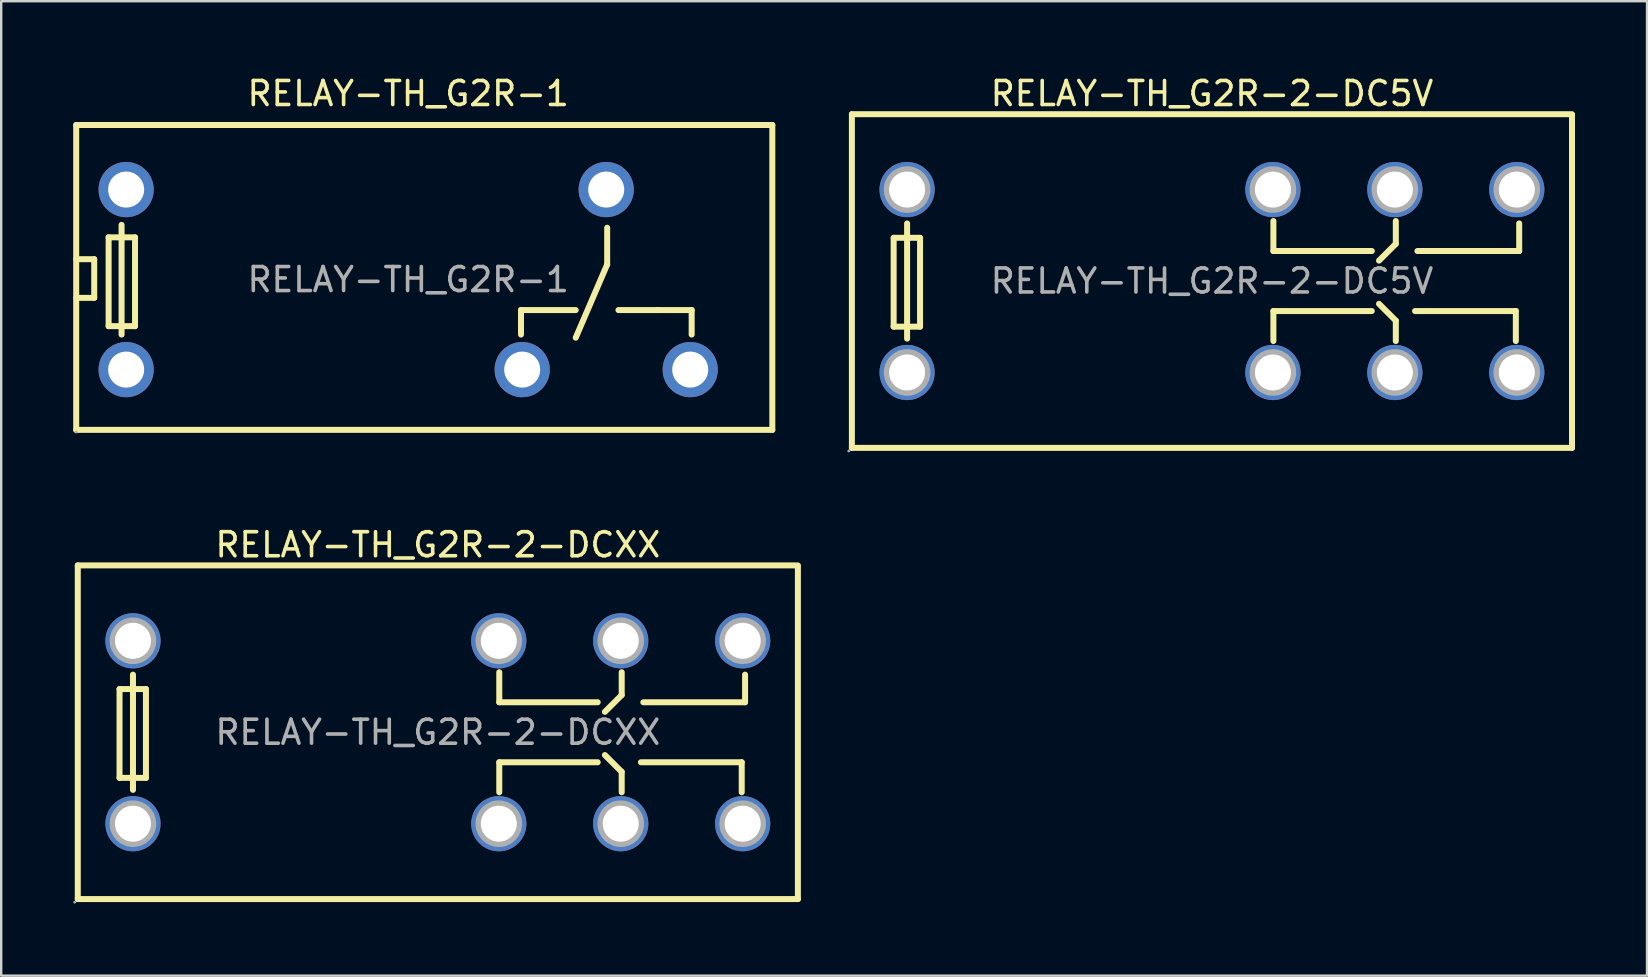
<source format=kicad_pcb>
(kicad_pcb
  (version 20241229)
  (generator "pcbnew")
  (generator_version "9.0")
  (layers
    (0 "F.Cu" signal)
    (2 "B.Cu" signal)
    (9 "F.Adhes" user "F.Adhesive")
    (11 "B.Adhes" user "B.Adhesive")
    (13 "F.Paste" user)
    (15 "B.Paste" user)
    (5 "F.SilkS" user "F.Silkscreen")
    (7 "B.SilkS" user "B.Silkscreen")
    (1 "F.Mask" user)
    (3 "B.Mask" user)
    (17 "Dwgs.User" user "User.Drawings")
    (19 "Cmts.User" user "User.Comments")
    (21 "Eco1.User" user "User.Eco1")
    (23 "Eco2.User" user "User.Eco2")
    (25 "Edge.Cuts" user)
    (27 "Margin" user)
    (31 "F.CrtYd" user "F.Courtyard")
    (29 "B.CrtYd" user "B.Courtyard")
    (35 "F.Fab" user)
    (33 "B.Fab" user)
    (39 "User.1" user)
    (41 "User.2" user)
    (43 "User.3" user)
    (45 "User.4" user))
  (footprint "RELAY-TH_G2R-1"
    (layer "F.Cu")
    (at 13.955 8.598)
    (property "Reference" "RELAY-TH_G2R-1" (at 0 -7.75 0) (layer "F.SilkS") (effects (font (size 1 1) (thickness 0.15))))
    (attr through_hole)
    (fp_line (start -13.83 -6.44) (end -13.83 6.26) (stroke (width 0.25) (type solid)) (layer "F.SilkS"))
    (fp_line (start -13.83 -6.44) (end -13.36 -6.44) (stroke (width 0.25) (type solid)) (layer "F.SilkS"))
    (fp_line (start -13.83 -0.85) (end -13.08 -0.85) (stroke (width 0.25) (type solid)) (layer "F.SilkS"))
    (fp_line (start -13.36 -6.44) (end -8.72 -6.44) (stroke (width 0.25) (type solid)) (layer "F.SilkS"))
    (fp_line (start -13.08 -0.85) (end -13.08 0.76) (stroke (width 0.25) (type solid)) (layer "F.SilkS"))
    (fp_line (start -13.08 0.76) (end -13.83 0.76) (stroke (width 0.25) (type solid)) (layer "F.SilkS"))
    (fp_line (start -12.48 -1.76) (end -11.38 -1.76) (stroke (width 0.25) (type solid)) (layer "F.SilkS"))
    (fp_line (start -12.48 1.94) (end -12.48 -1.76) (stroke (width 0.25) (type solid)) (layer "F.SilkS"))
    (fp_line (start -11.94 -2.28) (end -11.94 2.29) (stroke (width 0.25) (type solid)) (layer "F.SilkS"))
    (fp_line (start -11.38 -1.76) (end -11.38 1.94) (stroke (width 0.25) (type solid)) (layer "F.SilkS"))
    (fp_line (start -11.38 1.94) (end -12.48 1.94) (stroke (width 0.25) (type solid)) (layer "F.SilkS"))
    (fp_line (start -8.72 -6.44) (end 15.17 -6.44) (stroke (width 0.25) (type solid)) (layer "F.SilkS"))
    (fp_line (start 4.7 1.27) (end 6.98 1.27) (stroke (width 0.25) (type solid)) (layer "F.SilkS"))
    (fp_line (start 4.7 2.29) (end 4.7 1.27) (stroke (width 0.25) (type solid)) (layer "F.SilkS"))
    (fp_line (start 8.29 -2.16) (end 8.29 -0.63) (stroke (width 0.25) (type solid)) (layer "F.SilkS"))
    (fp_line (start 8.29 -0.63) (end 6.98 2.42) (stroke (width 0.25) (type solid)) (layer "F.SilkS"))
    (fp_line (start 10.41 1.27) (end 8.76 1.27) (stroke (width 0.25) (type solid)) (layer "F.SilkS"))
    (fp_line (start 11.81 1.27) (end 10.41 1.27) (stroke (width 0.25) (type solid)) (layer "F.SilkS"))
    (fp_line (start 11.81 2.29) (end 11.81 1.27) (stroke (width 0.25) (type solid)) (layer "F.SilkS"))
    (fp_line (start 15.17 6.26) (end -13.83 6.26) (stroke (width 0.25) (type solid)) (layer "F.SilkS"))
    (fp_line (start 15.17 6.26) (end 15.17 -6.44) (stroke (width 0.25) (type solid)) (layer "F.SilkS"))
    (fp_circle (center -13.83 6.35) (end -13.8 6.35) (stroke (width 0.06) (type solid)) (fill no) (layer "F.Fab"))
    (fp_text user "${REFERENCE}" (at 0 0 0) (layer "F.Fab") (effects (font (size 1 1) (thickness 0.15))))
    (pad "1" thru_hole circle (at -11.75 3.75) (size 2.3 2.3) (drill 1.5) (layers "*.Cu" "*.Paste" "*.Mask"))
    (pad "2" thru_hole circle (at 4.75 3.75) (size 2.3 2.3) (drill 1.5) (layers "*.Cu" "*.Paste" "*.Mask"))
    (pad "3" thru_hole circle (at 11.75 3.75) (size 2.3 2.3) (drill 1.5) (layers "*.Cu" "*.Paste" "*.Mask"))
    (pad "4" thru_hole circle (at 8.25 -3.75) (size 2.3 2.3) (drill 1.5) (layers "*.Cu" "*.Paste" "*.Mask"))
    (pad "5" thru_hole circle (at -11.75 -3.75) (size 2.3 2.3) (drill 1.5) (layers "*.Cu" "*.Paste" "*.Mask")))
  (footprint "RELAY-TH_G2R-2-DC5V"
    (layer "F.Cu")
    (at 47.44 8.658)
    (property "Reference" "RELAY-TH_G2R-2-DC5V" (at 0 -7.81 0) (layer "F.SilkS") (effects (font (size 1 1) (thickness 0.15))))
    (attr through_hole)
    (fp_line (start -15 -6.95) (end -15 6.95) (stroke (width 0.25) (type solid)) (layer "F.SilkS"))
    (fp_line (start -15 6.95) (end 15 6.95) (stroke (width 0.25) (type solid)) (layer "F.SilkS"))
    (fp_line (start -13.26 -1.8) (end -12.16 -1.8) (stroke (width 0.25) (type solid)) (layer "F.SilkS"))
    (fp_line (start -13.26 1.9) (end -13.26 -1.8) (stroke (width 0.25) (type solid)) (layer "F.SilkS"))
    (fp_line (start -12.7 -2.4) (end -12.7 2.4) (stroke (width 0.25) (type solid)) (layer "F.SilkS"))
    (fp_line (start -12.16 -1.8) (end -12.16 1.9) (stroke (width 0.25) (type solid)) (layer "F.SilkS"))
    (fp_line (start -12.16 1.9) (end -13.26 1.9) (stroke (width 0.25) (type solid)) (layer "F.SilkS"))
    (fp_line (start 2.56 -2.5) (end 2.56 -1.25) (stroke (width 0.25) (type solid)) (layer "F.SilkS"))
    (fp_line (start 2.56 -1.25) (end 6.66 -1.25) (stroke (width 0.25) (type solid)) (layer "F.SilkS"))
    (fp_line (start 2.56 1.25) (end 6.66 1.25) (stroke (width 0.25) (type solid)) (layer "F.SilkS"))
    (fp_line (start 2.56 2.5) (end 2.56 1.25) (stroke (width 0.25) (type solid)) (layer "F.SilkS"))
    (fp_line (start 7.66 -2.5) (end 7.66 -1.55) (stroke (width 0.25) (type solid)) (layer "F.SilkS"))
    (fp_line (start 7.66 -1.55) (end 6.96 -0.85) (stroke (width 0.25) (type solid)) (layer "F.SilkS"))
    (fp_line (start 7.66 1.65) (end 6.96 0.95) (stroke (width 0.25) (type solid)) (layer "F.SilkS"))
    (fp_line (start 7.66 2.5) (end 7.66 1.65) (stroke (width 0.25) (type solid)) (layer "F.SilkS"))
    (fp_line (start 12.66 1.25) (end 8.46 1.25) (stroke (width 0.25) (type solid)) (layer "F.SilkS"))
    (fp_line (start 12.66 2.5) (end 12.66 1.25) (stroke (width 0.25) (type solid)) (layer "F.SilkS"))
    (fp_line (start 12.8 -2.4) (end 12.8 -1.25) (stroke (width 0.25) (type solid)) (layer "F.SilkS"))
    (fp_line (start 12.8 -1.25) (end 8.56 -1.25) (stroke (width 0.25) (type solid)) (layer "F.SilkS"))
    (fp_line (start 15 -6.95) (end -15 -6.95) (stroke (width 0.25) (type solid)) (layer "F.SilkS"))
    (fp_line (start 15 6.95) (end 15 -6.9) (stroke (width 0.25) (type solid)) (layer "F.SilkS"))
    (fp_circle (center -15.13 7.08) (end -15.1 7.08) (stroke (width 0.06) (type solid)) (fill no) (layer "F.Fab"))
    (fp_circle (center -12.7 -3.81) (end -12.38 -3.81) (stroke (width 0.65) (type solid)) (fill no) (layer "F.Fab"))
    (fp_circle (center -12.7 3.81) (end -12.38 3.81) (stroke (width 0.65) (type solid)) (fill no) (layer "F.Fab"))
    (fp_circle (center 2.54 -3.81) (end 2.86 -3.81) (stroke (width 0.65) (type solid)) (fill no) (layer "F.Fab"))
    (fp_circle (center 2.54 3.81) (end 2.86 3.81) (stroke (width 0.65) (type solid)) (fill no) (layer "F.Fab"))
    (fp_circle (center 7.62 -3.81) (end 7.94 -3.81) (stroke (width 0.65) (type solid)) (fill no) (layer "F.Fab"))
    (fp_circle (center 7.62 3.81) (end 7.94 3.81) (stroke (width 0.65) (type solid)) (fill no) (layer "F.Fab"))
    (fp_circle (center 12.7 -3.81) (end 13.02 -3.81) (stroke (width 0.65) (type solid)) (fill no) (layer "F.Fab"))
    (fp_circle (center 12.7 3.81) (end 13.02 3.81) (stroke (width 0.65) (type solid)) (fill no) (layer "F.Fab"))
    (fp_text user "${REFERENCE}" (at 0 0 0) (layer "F.Fab") (effects (font (size 1 1) (thickness 0.15))))
    (pad "1" thru_hole circle (at -12.7 3.81) (size 2.3 2.3) (drill 1.5) (layers "*.Cu" "*.Paste" "*.Mask"))
    (pad "2" thru_hole circle (at 2.54 3.81) (size 2.3 2.3) (drill 1.5) (layers "*.Cu" "*.Paste" "*.Mask"))
    (pad "3" thru_hole circle (at 7.62 3.81) (size 2.3 2.3) (drill 1.5) (layers "*.Cu" "*.Paste" "*.Mask"))
    (pad "4" thru_hole circle (at 12.7 3.81) (size 2.3 2.3) (drill 1.5) (layers "*.Cu" "*.Paste" "*.Mask"))
    (pad "5" thru_hole circle (at 12.7 -3.81) (size 2.3 2.3) (drill 1.5) (layers "*.Cu" "*.Paste" "*.Mask"))
    (pad "6" thru_hole circle (at 7.62 -3.81) (size 2.3 2.3) (drill 1.5) (layers "*.Cu" "*.Paste" "*.Mask"))
    (pad "7" thru_hole circle (at 2.54 -3.81) (size 2.3 2.3) (drill 1.5) (layers "*.Cu" "*.Paste" "*.Mask"))
    (pad "8" thru_hole circle (at -12.7 -3.81) (size 2.3 2.3) (drill 1.5) (layers "*.Cu" "*.Paste" "*.Mask")))
  (footprint "RELAY-TH_G2R-2-DCXX"
    (layer "F.Cu")
    (at 15.19 27.456)
    (property "Reference" "RELAY-TH_G2R-2-DCXX" (at 0 -7.81 0) (layer "F.SilkS") (effects (font (size 1 1) (thickness 0.15))))
    (attr through_hole)
    (fp_line (start -15 -6.95) (end -15 6.95) (stroke (width 0.25) (type solid)) (layer "F.SilkS"))
    (fp_line (start -15 6.95) (end 15 6.95) (stroke (width 0.25) (type solid)) (layer "F.SilkS"))
    (fp_line (start -13.26 -1.8) (end -12.16 -1.8) (stroke (width 0.25) (type solid)) (layer "F.SilkS"))
    (fp_line (start -13.26 1.9) (end -13.26 -1.8) (stroke (width 0.25) (type solid)) (layer "F.SilkS"))
    (fp_line (start -12.7 -2.4) (end -12.7 2.4) (stroke (width 0.25) (type solid)) (layer "F.SilkS"))
    (fp_line (start -12.16 -1.8) (end -12.16 1.9) (stroke (width 0.25) (type solid)) (layer "F.SilkS"))
    (fp_line (start -12.16 1.9) (end -13.26 1.9) (stroke (width 0.25) (type solid)) (layer "F.SilkS"))
    (fp_line (start 2.56 -2.5) (end 2.56 -1.25) (stroke (width 0.25) (type solid)) (layer "F.SilkS"))
    (fp_line (start 2.56 -1.25) (end 6.66 -1.25) (stroke (width 0.25) (type solid)) (layer "F.SilkS"))
    (fp_line (start 2.56 1.25) (end 6.66 1.25) (stroke (width 0.25) (type solid)) (layer "F.SilkS"))
    (fp_line (start 2.56 2.5) (end 2.56 1.25) (stroke (width 0.25) (type solid)) (layer "F.SilkS"))
    (fp_line (start 7.66 -2.5) (end 7.66 -1.55) (stroke (width 0.25) (type solid)) (layer "F.SilkS"))
    (fp_line (start 7.66 -1.55) (end 6.96 -0.85) (stroke (width 0.25) (type solid)) (layer "F.SilkS"))
    (fp_line (start 7.66 1.65) (end 6.96 0.95) (stroke (width 0.25) (type solid)) (layer "F.SilkS"))
    (fp_line (start 7.66 2.5) (end 7.66 1.65) (stroke (width 0.25) (type solid)) (layer "F.SilkS"))
    (fp_line (start 12.66 1.25) (end 8.46 1.25) (stroke (width 0.25) (type solid)) (layer "F.SilkS"))
    (fp_line (start 12.66 2.5) (end 12.66 1.25) (stroke (width 0.25) (type solid)) (layer "F.SilkS"))
    (fp_line (start 12.8 -2.4) (end 12.8 -1.25) (stroke (width 0.25) (type solid)) (layer "F.SilkS"))
    (fp_line (start 12.8 -1.25) (end 8.56 -1.25) (stroke (width 0.25) (type solid)) (layer "F.SilkS"))
    (fp_line (start 15 -6.95) (end -15 -6.95) (stroke (width 0.25) (type solid)) (layer "F.SilkS"))
    (fp_line (start 15 6.95) (end 15 -6.9) (stroke (width 0.25) (type solid)) (layer "F.SilkS"))
    (fp_circle (center -15.13 7.08) (end -15.1 7.08) (stroke (width 0.06) (type solid)) (fill no) (layer "F.Fab"))
    (fp_circle (center -12.7 -3.81) (end -12.38 -3.81) (stroke (width 0.65) (type solid)) (fill no) (layer "F.Fab"))
    (fp_circle (center -12.7 3.81) (end -12.38 3.81) (stroke (width 0.65) (type solid)) (fill no) (layer "F.Fab"))
    (fp_circle (center 2.54 -3.81) (end 2.86 -3.81) (stroke (width 0.65) (type solid)) (fill no) (layer "F.Fab"))
    (fp_circle (center 2.54 3.81) (end 2.86 3.81) (stroke (width 0.65) (type solid)) (fill no) (layer "F.Fab"))
    (fp_circle (center 7.62 -3.81) (end 7.94 -3.81) (stroke (width 0.65) (type solid)) (fill no) (layer "F.Fab"))
    (fp_circle (center 7.62 3.81) (end 7.94 3.81) (stroke (width 0.65) (type solid)) (fill no) (layer "F.Fab"))
    (fp_circle (center 12.7 -3.81) (end 13.02 -3.81) (stroke (width 0.65) (type solid)) (fill no) (layer "F.Fab"))
    (fp_circle (center 12.7 3.81) (end 13.02 3.81) (stroke (width 0.65) (type solid)) (fill no) (layer "F.Fab"))
    (fp_text user "${REFERENCE}" (at 0 0 0) (layer "F.Fab") (effects (font (size 1 1) (thickness 0.15))))
    (pad "1" thru_hole circle (at -12.7 3.81) (size 2.3 2.3) (drill 1.5) (layers "*.Cu" "*.Paste" "*.Mask"))
    (pad "2" thru_hole circle (at 2.54 3.81) (size 2.3 2.3) (drill 1.5) (layers "*.Cu" "*.Paste" "*.Mask"))
    (pad "3" thru_hole circle (at 7.62 3.81) (size 2.3 2.3) (drill 1.5) (layers "*.Cu" "*.Paste" "*.Mask"))
    (pad "4" thru_hole circle (at 12.7 3.81) (size 2.3 2.3) (drill 1.5) (layers "*.Cu" "*.Paste" "*.Mask"))
    (pad "5" thru_hole circle (at 12.7 -3.81) (size 2.3 2.3) (drill 1.5) (layers "*.Cu" "*.Paste" "*.Mask"))
    (pad "6" thru_hole circle (at 7.62 -3.81) (size 2.3 2.3) (drill 1.5) (layers "*.Cu" "*.Paste" "*.Mask"))
    (pad "7" thru_hole circle (at 2.54 -3.81) (size 2.3 2.3) (drill 1.5) (layers "*.Cu" "*.Paste" "*.Mask"))
    (pad "8" thru_hole circle (at -12.7 -3.81) (size 2.3 2.3) (drill 1.5) (layers "*.Cu" "*.Paste" "*.Mask")))
  (gr_rect
    (start -3 -3)
    (end 65.565 37.596)
    (stroke (width 0.1) (type default))
    (fill no)
    (layer "Edge.Cuts")))
</source>
